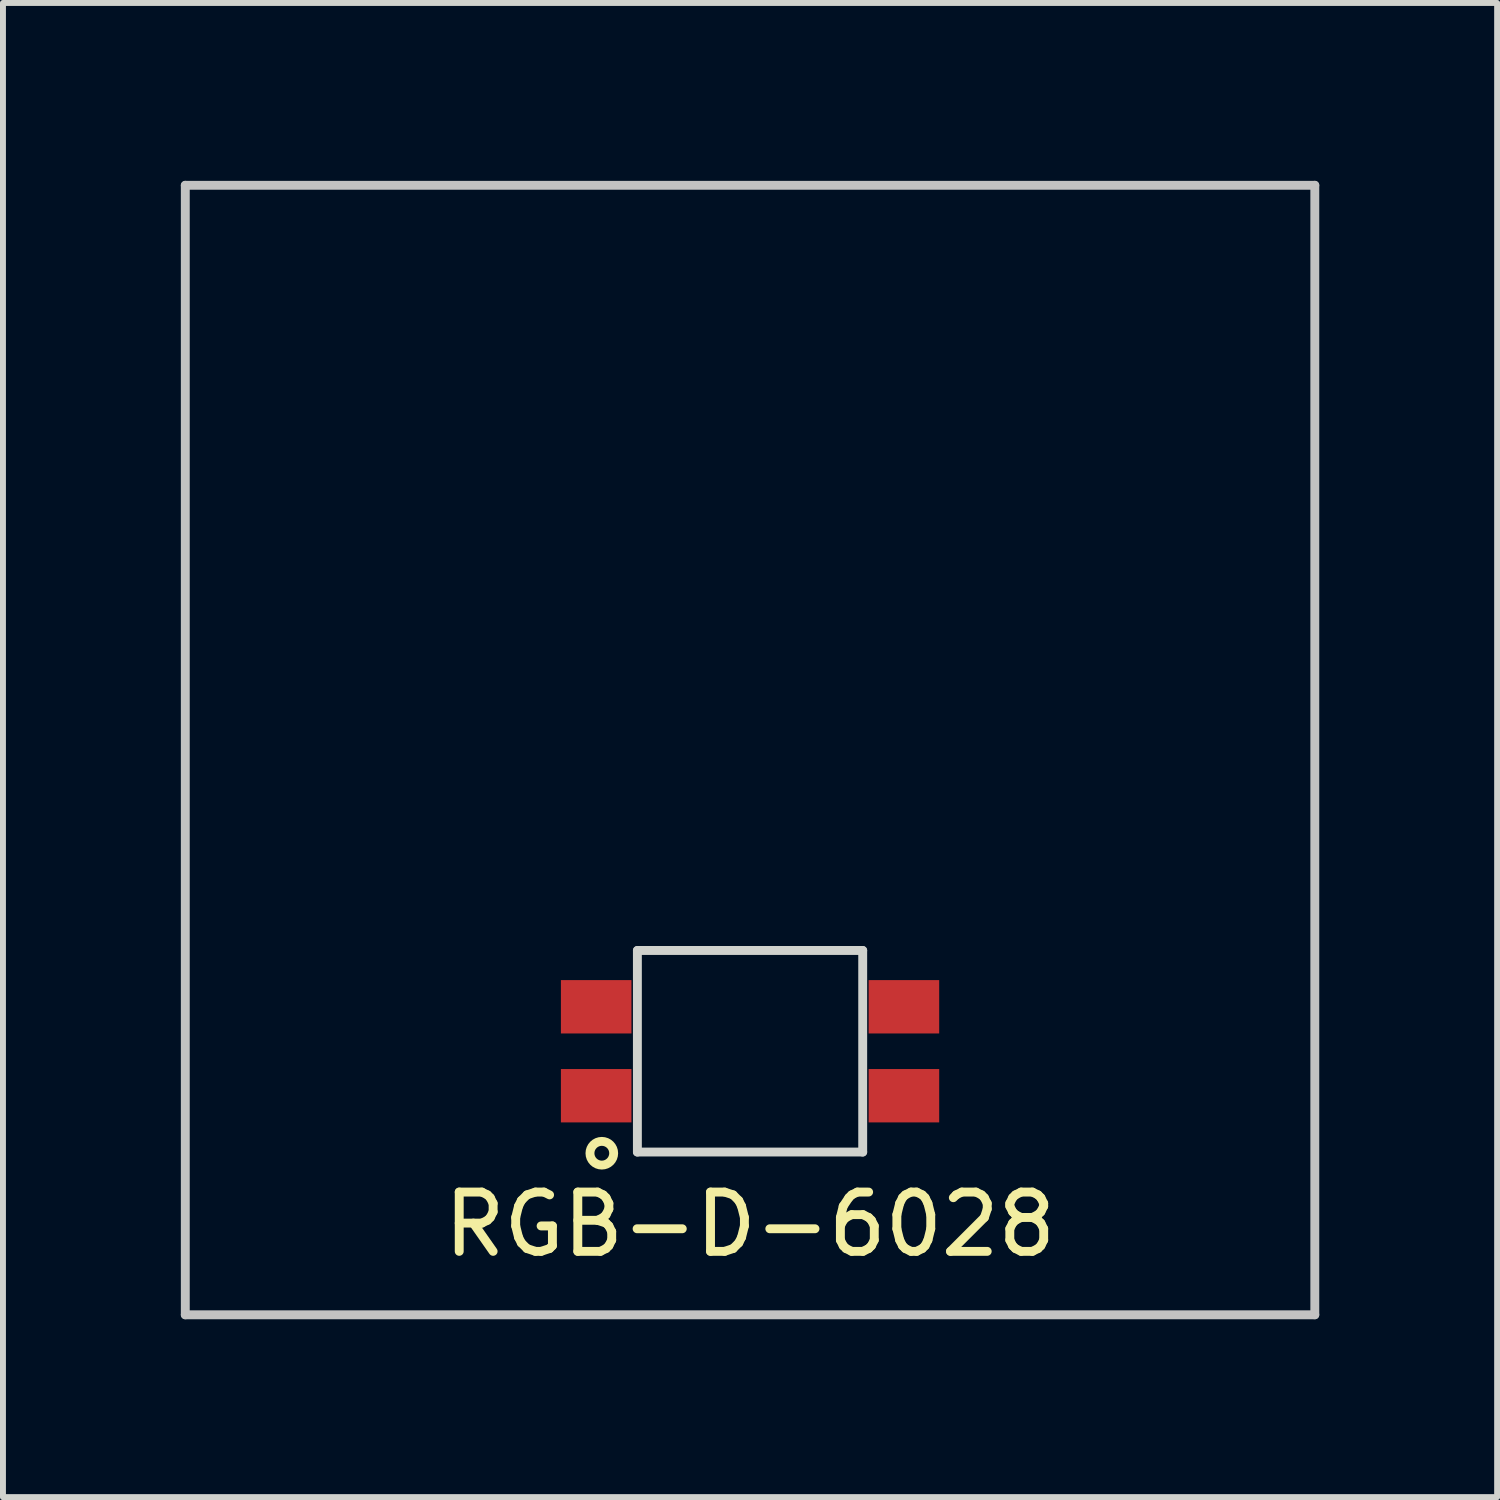
<source format=kicad_pcb>
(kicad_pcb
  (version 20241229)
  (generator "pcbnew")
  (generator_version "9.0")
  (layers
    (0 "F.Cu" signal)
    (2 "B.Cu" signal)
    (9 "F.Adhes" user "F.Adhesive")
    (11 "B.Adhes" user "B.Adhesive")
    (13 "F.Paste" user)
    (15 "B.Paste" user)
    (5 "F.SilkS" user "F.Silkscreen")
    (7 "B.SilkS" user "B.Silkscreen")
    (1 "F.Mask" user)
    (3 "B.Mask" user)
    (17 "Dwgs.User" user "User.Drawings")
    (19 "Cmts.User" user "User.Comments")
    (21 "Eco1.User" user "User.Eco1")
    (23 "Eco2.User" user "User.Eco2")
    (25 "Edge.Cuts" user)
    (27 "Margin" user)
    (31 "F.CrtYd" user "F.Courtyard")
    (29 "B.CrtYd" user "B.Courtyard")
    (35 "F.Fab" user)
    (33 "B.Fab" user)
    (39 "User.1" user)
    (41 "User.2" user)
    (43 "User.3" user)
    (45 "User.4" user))
  (footprint "RGB-D-6028"
    (layer "F.Cu")
    (at 9.6 9.6)
    (property "Reference" "RGB-D-6028" (at 0 8 0) (layer "F.SilkS") (effects (font (size 1 1) (thickness 0.15))))
    (attr smd)
    (fp_circle (center -2.5 6.8) (end -2.5 6.6) (stroke (width 0.15) (type solid)) (fill no) (layer "F.SilkS"))
    (fp_line (start -9.525 -9.525) (end 9.525 -9.525) (stroke (width 0.15) (type solid)) (layer "Dwgs.User"))
    (fp_line (start -9.525 9.525) (end -9.525 -9.525) (stroke (width 0.15) (type solid)) (layer "Dwgs.User"))
    (fp_line (start 9.525 -9.525) (end 9.525 9.525) (stroke (width 0.15) (type solid)) (layer "Dwgs.User"))
    (fp_line (start 9.525 9.525) (end -9.525 9.525) (stroke (width 0.15) (type solid)) (layer "Dwgs.User"))
    (fp_line (start -1.9 3.38) (end -1.9 6.78) (stroke (width 0.15) (type solid)) (layer "Edge.Cuts"))
    (fp_line (start 1.9 3.38) (end -1.9 3.38) (stroke (width 0.15) (type solid)) (layer "Edge.Cuts"))
    (fp_line (start 1.9 3.38) (end 1.9 6.78) (stroke (width 0.15) (type solid)) (layer "Edge.Cuts"))
    (fp_line (start 1.9 6.78) (end -1.9 6.78) (stroke (width 0.15) (type solid)) (layer "Edge.Cuts"))
    (pad "1" smd rect (at -2.595 5.83) (size 1.19 0.9) (layers "F.Cu" "F.Mask" "F.Paste"))
    (pad "2" smd rect (at 2.595 4.33) (size 1.19 0.9) (layers "F.Cu" "F.Mask" "F.Paste"))
    (pad "3" smd rect (at 2.595 5.83) (size 1.19 0.9) (layers "F.Cu" "F.Mask" "F.Paste"))
    (pad "4" smd rect (at -2.595 4.33) (size 1.19 0.9) (layers "F.Cu" "F.Mask" "F.Paste")))
  (gr_rect
    (start -3 -3)
    (end 22.2 22.2)
    (stroke (width 0.1) (type default))
    (fill no)
    (layer "Edge.Cuts")))
</source>
